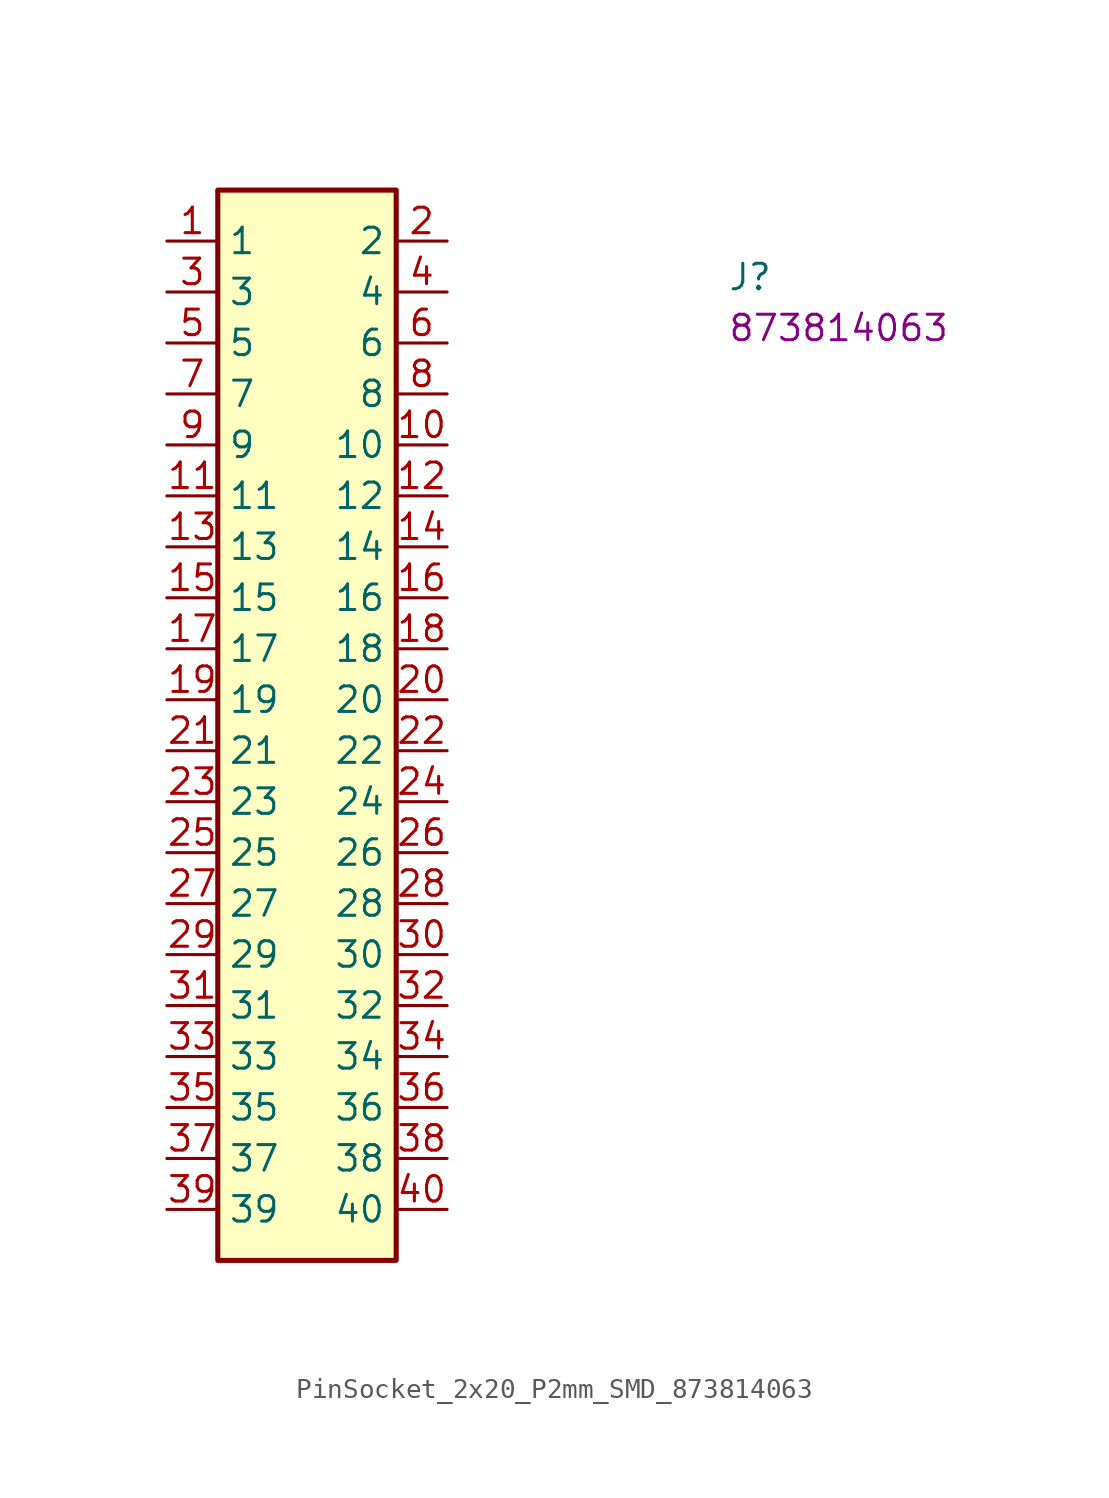
<source format=kicad_sym>
(kicad_symbol_lib
  (version 20220914)
  (generator kicad_symbol_editor)
  (symbol "PinSocket_2x20_P2mm_SMD_873814063"
    (property "Reference" "J"
      (at 27.94 -2.54 0)
      (effects (font (size 1.27 1.27) (thickness 0.15)) (justify left bottom)))
    (property "MPN" "873814063"
      (at 27.94 -5.08 0)
      (effects (font (size 1.27 1.27) (thickness 0.15)) (justify left bottom)))
    (symbol "PinSocket_2x20_P2mm_SMD_873814063_1_1"
      (rectangle (start 2.54 2.54) (end 11.43 -50.8) (stroke (width 0.254) (type default)) (fill (type background)))
      (pin passive line (at 0 0 0) (length 2.54) (name "1" (effects (font (size 1.27 1.27)))) (number "1" (effects (font (size 1.27 1.27)))))
      (pin passive line (at 13.97 -10.16 180) (length 2.54) (name "10" (effects (font (size 1.27 1.27)))) (number "10" (effects (font (size 1.27 1.27)))))
      (pin passive line (at 0 -12.7 0) (length 2.54) (name "11" (effects (font (size 1.27 1.27)))) (number "11" (effects (font (size 1.27 1.27)))))
      (pin passive line (at 13.97 -12.7 180) (length 2.54) (name "12" (effects (font (size 1.27 1.27)))) (number "12" (effects (font (size 1.27 1.27)))))
      (pin passive line (at 0 -15.24 0) (length 2.54) (name "13" (effects (font (size 1.27 1.27)))) (number "13" (effects (font (size 1.27 1.27)))))
      (pin passive line (at 13.97 -15.24 180) (length 2.54) (name "14" (effects (font (size 1.27 1.27)))) (number "14" (effects (font (size 1.27 1.27)))))
      (pin passive line (at 0 -17.78 0) (length 2.54) (name "15" (effects (font (size 1.27 1.27)))) (number "15" (effects (font (size 1.27 1.27)))))
      (pin passive line (at 13.97 -17.78 180) (length 2.54) (name "16" (effects (font (size 1.27 1.27)))) (number "16" (effects (font (size 1.27 1.27)))))
      (pin passive line (at 0 -20.32 0) (length 2.54) (name "17" (effects (font (size 1.27 1.27)))) (number "17" (effects (font (size 1.27 1.27)))))
      (pin passive line (at 13.97 -20.32 180) (length 2.54) (name "18" (effects (font (size 1.27 1.27)))) (number "18" (effects (font (size 1.27 1.27)))))
      (pin passive line (at 0 -22.86 0) (length 2.54) (name "19" (effects (font (size 1.27 1.27)))) (number "19" (effects (font (size 1.27 1.27)))))
      (pin passive line (at 13.97 0 180) (length 2.54) (name "2" (effects (font (size 1.27 1.27)))) (number "2" (effects (font (size 1.27 1.27)))))
      (pin passive line (at 13.97 -22.86 180) (length 2.54) (name "20" (effects (font (size 1.27 1.27)))) (number "20" (effects (font (size 1.27 1.27)))))
      (pin passive line (at 0 -25.4 0) (length 2.54) (name "21" (effects (font (size 1.27 1.27)))) (number "21" (effects (font (size 1.27 1.27)))))
      (pin passive line (at 13.97 -25.4 180) (length 2.54) (name "22" (effects (font (size 1.27 1.27)))) (number "22" (effects (font (size 1.27 1.27)))))
      (pin passive line (at 0 -27.94 0) (length 2.54) (name "23" (effects (font (size 1.27 1.27)))) (number "23" (effects (font (size 1.27 1.27)))))
      (pin passive line (at 13.97 -27.94 180) (length 2.54) (name "24" (effects (font (size 1.27 1.27)))) (number "24" (effects (font (size 1.27 1.27)))))
      (pin passive line (at 0 -30.48 0) (length 2.54) (name "25" (effects (font (size 1.27 1.27)))) (number "25" (effects (font (size 1.27 1.27)))))
      (pin passive line (at 13.97 -30.48 180) (length 2.54) (name "26" (effects (font (size 1.27 1.27)))) (number "26" (effects (font (size 1.27 1.27)))))
      (pin passive line (at 0 -33.02 0) (length 2.54) (name "27" (effects (font (size 1.27 1.27)))) (number "27" (effects (font (size 1.27 1.27)))))
      (pin passive line (at 13.97 -33.02 180) (length 2.54) (name "28" (effects (font (size 1.27 1.27)))) (number "28" (effects (font (size 1.27 1.27)))))
      (pin passive line (at 0 -35.56 0) (length 2.54) (name "29" (effects (font (size 1.27 1.27)))) (number "29" (effects (font (size 1.27 1.27)))))
      (pin passive line (at 0 -2.54 0) (length 2.54) (name "3" (effects (font (size 1.27 1.27)))) (number "3" (effects (font (size 1.27 1.27)))))
      (pin passive line (at 13.97 -35.56 180) (length 2.54) (name "30" (effects (font (size 1.27 1.27)))) (number "30" (effects (font (size 1.27 1.27)))))
      (pin passive line (at 0 -38.1 0) (length 2.54) (name "31" (effects (font (size 1.27 1.27)))) (number "31" (effects (font (size 1.27 1.27)))))
      (pin passive line (at 13.97 -38.1 180) (length 2.54) (name "32" (effects (font (size 1.27 1.27)))) (number "32" (effects (font (size 1.27 1.27)))))
      (pin passive line (at 0 -40.64 0) (length 2.54) (name "33" (effects (font (size 1.27 1.27)))) (number "33" (effects (font (size 1.27 1.27)))))
      (pin passive line (at 13.97 -40.64 180) (length 2.54) (name "34" (effects (font (size 1.27 1.27)))) (number "34" (effects (font (size 1.27 1.27)))))
      (pin passive line (at 0 -43.18 0) (length 2.54) (name "35" (effects (font (size 1.27 1.27)))) (number "35" (effects (font (size 1.27 1.27)))))
      (pin passive line (at 13.97 -43.18 180) (length 2.54) (name "36" (effects (font (size 1.27 1.27)))) (number "36" (effects (font (size 1.27 1.27)))))
      (pin passive line (at 0 -45.72 0) (length 2.54) (name "37" (effects (font (size 1.27 1.27)))) (number "37" (effects (font (size 1.27 1.27)))))
      (pin passive line (at 13.97 -45.72 180) (length 2.54) (name "38" (effects (font (size 1.27 1.27)))) (number "38" (effects (font (size 1.27 1.27)))))
      (pin passive line (at 0 -48.26 0) (length 2.54) (name "39" (effects (font (size 1.27 1.27)))) (number "39" (effects (font (size 1.27 1.27)))))
      (pin passive line (at 13.97 -2.54 180) (length 2.54) (name "4" (effects (font (size 1.27 1.27)))) (number "4" (effects (font (size 1.27 1.27)))))
      (pin passive line (at 13.97 -48.26 180) (length 2.54) (name "40" (effects (font (size 1.27 1.27)))) (number "40" (effects (font (size 1.27 1.27)))))
      (pin passive line (at 0 -5.08 0) (length 2.54) (name "5" (effects (font (size 1.27 1.27)))) (number "5" (effects (font (size 1.27 1.27)))))
      (pin passive line (at 13.97 -5.08 180) (length 2.54) (name "6" (effects (font (size 1.27 1.27)))) (number "6" (effects (font (size 1.27 1.27)))))
      (pin passive line (at 0 -7.62 0) (length 2.54) (name "7" (effects (font (size 1.27 1.27)))) (number "7" (effects (font (size 1.27 1.27)))))
      (pin passive line (at 13.97 -7.62 180) (length 2.54) (name "8" (effects (font (size 1.27 1.27)))) (number "8" (effects (font (size 1.27 1.27)))))
      (pin passive line (at 0 -10.16 0) (length 2.54) (name "9" (effects (font (size 1.27 1.27)))) (number "9" (effects (font (size 1.27 1.27))))))))
</source>
